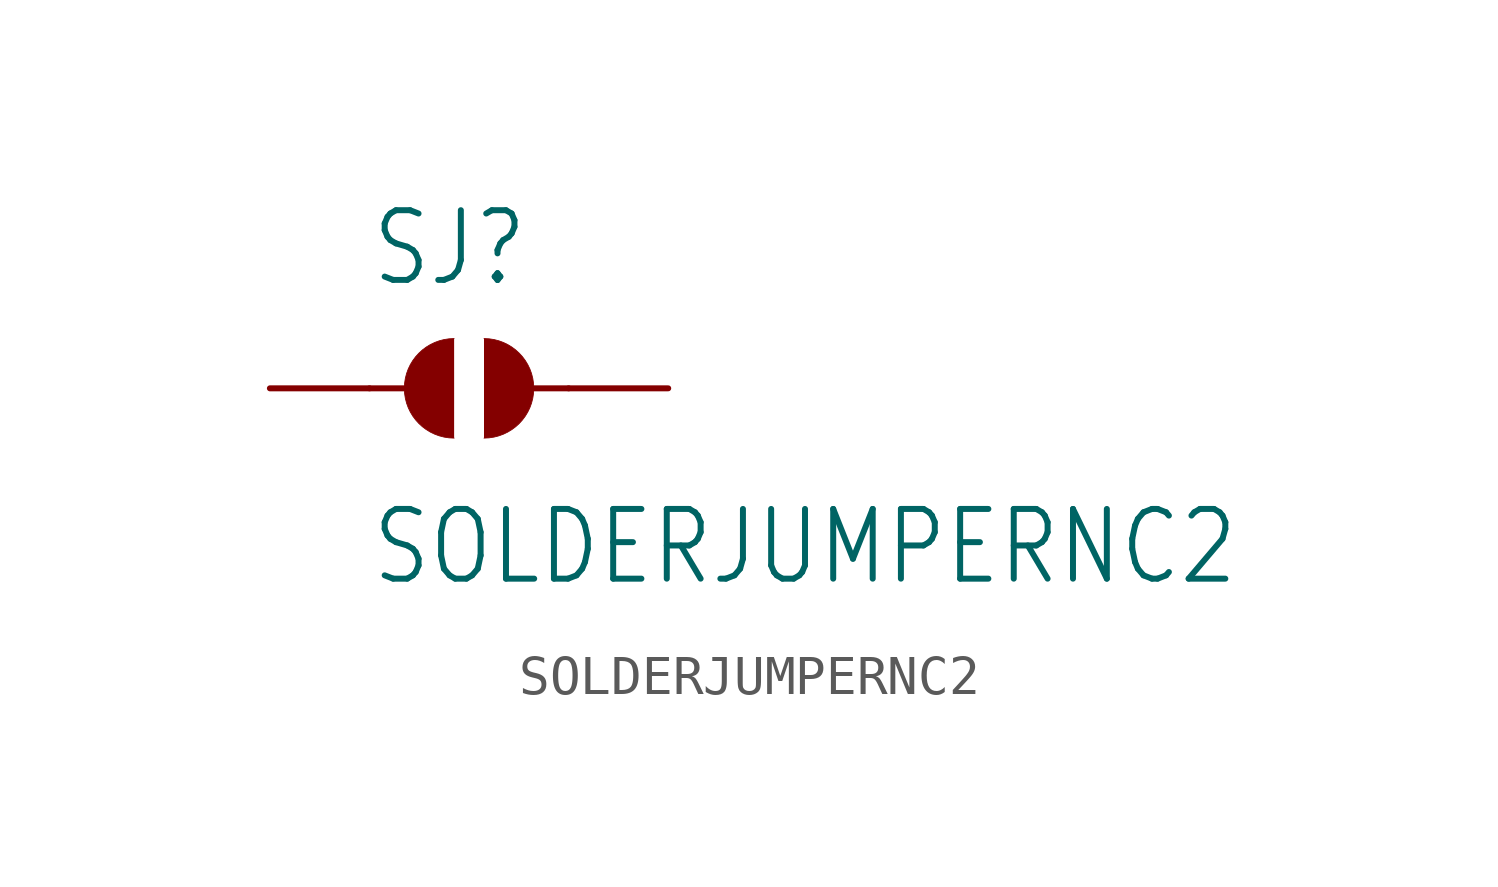
<source format=kicad_sym>
(kicad_symbol_lib
  (version 20211014)
  (generator kicad_symbol_editor)
  (symbol "SOLDERJUMPERNC2"
    (property "Reference" "SJ"
      (at -2.54 2.54 0)
      (effects (font (size 1.778 1.511)) (justify left bottom)))
    (property "Value" "SOLDERJUMPERNC2"
      (at -2.54 -5.08 0)
      (effects (font (size 1.778 1.511)) (justify left bottom)))
    (property "ki_locked" ""
      (at 0 0 0)
      (effects (font (size 1.27 1.27))))
    (symbol "SOLDERJUMPERNC2_1_0"
      (arc (start -0.381 1.2699) (mid -1.6508 0) (end -0.381 -1.2699) (stroke (width 0.0001) (type default) (color 0 0 0 0)) (fill (type outline)))
      (polyline (pts (xy -2.54 0) (xy -1.651 0)) (stroke (width 0.152) (type default) (color 0 0 0 0)) (fill (type none)))
      (polyline (pts (xy 2.54 0) (xy 1.651 0)) (stroke (width 0.152) (type default) (color 0 0 0 0)) (fill (type none)))
      (arc (start 0.381 -1.2699) (mid 1.6508 0) (end 0.381 1.2699) (stroke (width 0.0001) (type default) (color 0 0 0 0)) (fill (type outline)))
      (pin passive line (at -5.08 0 0) (length 2.54) (name "1" (effects (font (size 0 0)))) (number "1" (effects (font (size 0 0)))))
      (pin passive line (at 5.08 0 180) (length 2.54) (name "2" (effects (font (size 0 0)))) (number "2" (effects (font (size 0 0))))))))
</source>
